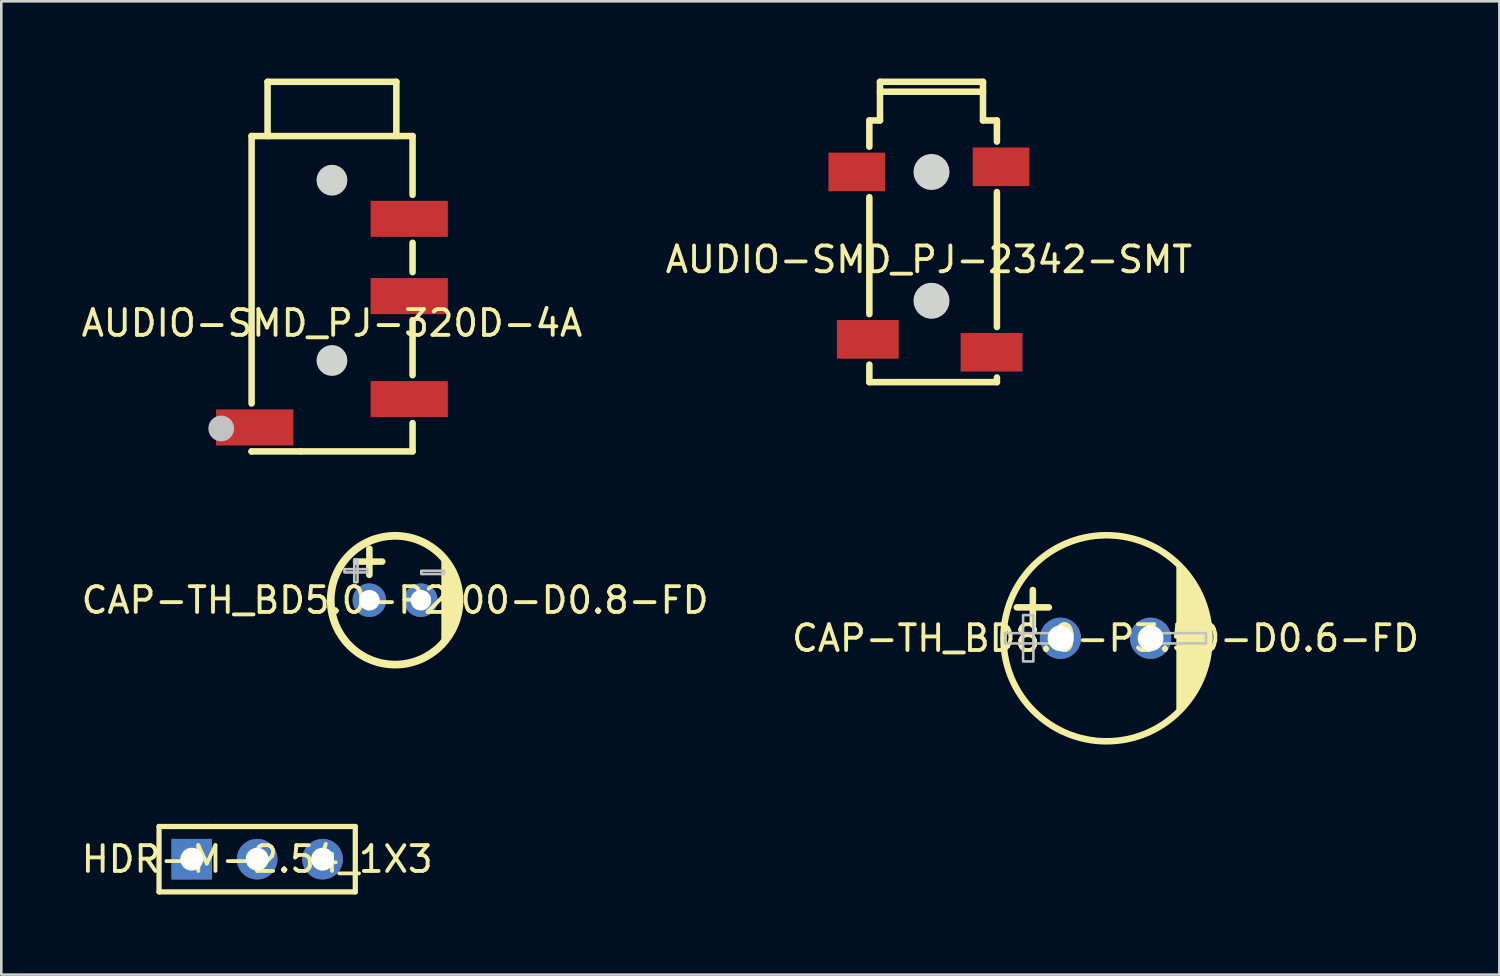
<source format=kicad_pcb>
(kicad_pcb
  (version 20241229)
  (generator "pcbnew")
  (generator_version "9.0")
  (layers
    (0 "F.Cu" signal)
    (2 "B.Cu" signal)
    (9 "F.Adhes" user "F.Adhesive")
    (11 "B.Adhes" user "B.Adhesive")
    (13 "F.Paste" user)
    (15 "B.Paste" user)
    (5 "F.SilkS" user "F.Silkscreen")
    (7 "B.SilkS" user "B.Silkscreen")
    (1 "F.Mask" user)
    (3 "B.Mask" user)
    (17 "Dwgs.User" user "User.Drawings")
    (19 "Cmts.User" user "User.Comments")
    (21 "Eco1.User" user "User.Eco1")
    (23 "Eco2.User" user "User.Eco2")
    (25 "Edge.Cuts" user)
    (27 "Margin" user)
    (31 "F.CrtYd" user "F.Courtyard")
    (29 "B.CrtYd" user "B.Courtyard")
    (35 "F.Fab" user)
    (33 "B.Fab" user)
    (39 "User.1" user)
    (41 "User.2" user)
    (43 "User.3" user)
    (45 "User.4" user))
  (footprint "AUDIO-SMD_PJ-320D-4A"
    (layer "F.Cu")
    (at 9.839 9.497)
    (property "Reference" "AUDIO-SMD_PJ-320D-4A" (at 0 0 0) (layer "F.SilkS") (effects (font (size 1 1) (thickness 0.15))))
    (fp_line (start -3.12 -7.264) (end -3.12 3.119) (stroke (width 0.254) (type default)) (layer "F.SilkS"))
    (fp_line (start -3.12 4.98) (end -1.21 4.98) (stroke (width 0.254) (type default)) (layer "F.SilkS"))
    (fp_line (start -3.12 4.981) (end -3.12 4.98) (stroke (width 0.254) (type default)) (layer "F.SilkS"))
    (fp_line (start -2.5 -9.37) (end -2.5 -7.264) (stroke (width 0.254) (type default)) (layer "F.SilkS"))
    (fp_line (start -2.5 -9.37) (end 2.5 -9.37) (stroke (width 0.254) (type default)) (layer "F.SilkS"))
    (fp_line (start 2.5 -7.264) (end 2.5 -9.37) (stroke (width 0.254) (type default)) (layer "F.SilkS"))
    (fp_line (start 3.13 -7.264) (end -3.12 -7.264) (stroke (width 0.254) (type default)) (layer "F.SilkS"))
    (fp_line (start 3.13 -7.264) (end 3.13 -4.981) (stroke (width 0.254) (type default)) (layer "F.SilkS"))
    (fp_line (start 3.13 -3.119) (end 3.13 -1.981) (stroke (width 0.254) (type default)) (layer "F.SilkS"))
    (fp_line (start 3.13 -0.119) (end 3.13 2.019) (stroke (width 0.254) (type default)) (layer "F.SilkS"))
    (fp_line (start 3.13 3.881) (end 3.13 4.98) (stroke (width 0.254) (type default)) (layer "F.SilkS"))
    (fp_line (start 3.13 4.98) (end -1.21 4.98) (stroke (width 0.254) (type default)) (layer "F.SilkS"))
    (fp_circle (center -4.3 4.09) (end -4.05 4.09) (stroke (width 0.5) (type default)) (fill no) (layer "Dwgs.User"))
    (fp_poly (pts (xy 0.6 -5.55) (xy 0.58 -5.705) (xy 0.52 -5.85) (xy 0.424 -5.974) (xy 0.3 -6.07) (xy 0.155 -6.13) (xy 0 -6.15) (xy -0.155 -6.13) (xy -0.3 -6.07) (xy -0.424 -5.974) (xy -0.52 -5.85) (xy -0.58 -5.705) (xy -0.6 -5.55) (xy -0.58 -5.395) (xy -0.52 -5.25) (xy -0.424 -5.126) (xy -0.3 -5.03) (xy -0.155 -4.97) (xy 0 -4.95) (xy 0.155 -4.97) (xy 0.3 -5.03) (xy 0.424 -5.126) (xy 0.52 -5.25) (xy 0.58 -5.395)) (stroke (width 0) (type default)) (fill yes) (layer "Edge.Cuts"))
    (fp_poly (pts (xy 0.6 1.45) (xy 0.58 1.295) (xy 0.52 1.15) (xy 0.424 1.026) (xy 0.3 0.93) (xy 0.155 0.87) (xy 0 0.85) (xy -0.155 0.87) (xy -0.3 0.93) (xy -0.424 1.026) (xy -0.52 1.15) (xy -0.58 1.295) (xy -0.6 1.45) (xy -0.58 1.605) (xy -0.52 1.75) (xy -0.424 1.874) (xy -0.3 1.97) (xy -0.155 2.03) (xy 0 2.05) (xy 0.155 2.03) (xy 0.3 1.97) (xy 0.424 1.874) (xy 0.52 1.75) (xy 0.58 1.605)) (stroke (width 0) (type default)) (fill yes) (layer "Edge.Cuts"))
    (fp_poly (pts (xy -4 3.55) (xy -1.95 3.55) (xy -1.95 4.55) (xy -4 4.55)) (stroke (width 0.1) (type default)) (fill no) (layer "User.1"))
    (fp_poly (pts (xy 4 -3.55) (xy 1.95 -3.55) (xy 1.95 -4.55) (xy 4 -4.55)) (stroke (width 0.1) (type default)) (fill no) (layer "User.1"))
    (fp_poly (pts (xy 4 -0.55) (xy 1.95 -0.55) (xy 1.95 -1.55) (xy 4 -1.55)) (stroke (width 0.1) (type default)) (fill no) (layer "User.1"))
    (fp_poly (pts (xy 4 3.45) (xy 1.95 3.45) (xy 1.95 2.45) (xy 4 2.45)) (stroke (width 0.1) (type default)) (fill no) (layer "User.1"))
    (fp_line (start -3 -7.15) (end -2.5 -7.15) (stroke (width 0.051) (type default)) (layer "User.2"))
    (fp_line (start -3 4.95) (end -3 -7.15) (stroke (width 0.051) (type default)) (layer "User.2"))
    (fp_line (start -2.5 -9.15) (end 2.5 -9.15) (stroke (width 0.051) (type default)) (layer "User.2"))
    (fp_line (start -2.5 -7.15) (end -2.5 -9.15) (stroke (width 0.051) (type default)) (layer "User.2"))
    (fp_line (start 2.5 -9.15) (end 2.5 -7.15) (stroke (width 0.051) (type default)) (layer "User.2"))
    (fp_line (start 2.5 -7.15) (end 3 -7.15) (stroke (width 0.051) (type default)) (layer "User.2"))
    (fp_line (start 3 -7.15) (end 3 4.95) (stroke (width 0.051) (type default)) (layer "User.2"))
    (fp_line (start 3 4.95) (end -3 4.95) (stroke (width 0.051) (type default)) (layer "User.2"))
    (fp_poly (pts (xy -3.94 4.95) (xy -3.958 4.908) (xy -4 4.89) (xy -4.042 4.908) (xy -4.06 4.95) (xy -4.042 4.992) (xy -4 5.01) (xy -3.958 4.992)) (stroke (width 0.1) (type default)) (fill no) (layer "User.3"))
    (pad "1" smd rect (at -3 4.05) (size 3 1.4) (layers "F.Cu" "F.Mask" "F.Paste"))
    (pad "2" smd rect (at 3 2.95) (size 3 1.4) (layers "F.Cu" "F.Mask" "F.Paste"))
    (pad "3" smd rect (at 3 -1.05) (size 3 1.4) (layers "F.Cu" "F.Mask" "F.Paste"))
    (pad "4" smd rect (at 3 -4.05) (size 3 1.4) (layers "F.Cu" "F.Mask" "F.Paste")))
  (footprint "AUDIO-SMD_PJ-2342-SMT"
    (layer "F.Cu")
    (at 33.018 7.027)
    (property "Reference" "AUDIO-SMD_PJ-2342-SMT" (at 0 0 0) (layer "F.SilkS") (effects (font (size 1 1) (thickness 0.15))))
    (fp_line (start -2.313 -5.4) (end -1.9 -5.4) (stroke (width 0.254) (type default)) (layer "F.SilkS"))
    (fp_line (start -2.313 -4.381) (end -2.313 -5.4) (stroke (width 0.254) (type default)) (layer "F.SilkS"))
    (fp_line (start -2.313 2.119) (end -2.313 -2.419) (stroke (width 0.254) (type default)) (layer "F.SilkS"))
    (fp_line (start -2.313 4.76) (end -2.313 4.081) (stroke (width 0.254) (type default)) (layer "F.SilkS"))
    (fp_line (start -2.313 4.76) (end 2.64 4.76) (stroke (width 0.254) (type default)) (layer "F.SilkS"))
    (fp_line (start -1.9 -6.9) (end 2.1 -6.9) (stroke (width 0.254) (type default)) (layer "F.SilkS"))
    (fp_line (start -1.9 -6.514) (end 2.1 -6.514) (stroke (width 0.254) (type default)) (layer "F.SilkS"))
    (fp_line (start -1.9 -5.4) (end -1.9 -6.9) (stroke (width 0.254) (type default)) (layer "F.SilkS"))
    (fp_line (start 2.1 -5.4) (end 2.1 -6.9) (stroke (width 0.254) (type default)) (layer "F.SilkS"))
    (fp_line (start 2.64 -5.4) (end 2.1 -5.4) (stroke (width 0.254) (type default)) (layer "F.SilkS"))
    (fp_line (start 2.64 -4.581) (end 2.64 -5.4) (stroke (width 0.254) (type default)) (layer "F.SilkS"))
    (fp_line (start 2.64 2.619) (end 2.64 -2.619) (stroke (width 0.254) (type default)) (layer "F.SilkS"))
    (fp_line (start 2.64 4.76) (end 2.64 4.581) (stroke (width 0.254) (type default)) (layer "F.SilkS"))
    (fp_poly (pts (xy 0.8 -3.4) (xy 0.78 -3.568) (xy 0.72 -3.725) (xy 0.624 -3.864) (xy 0.498 -3.976) (xy 0.348 -4.055) (xy 0.184 -4.095) (xy 0.016 -4.095) (xy -0.148 -4.055) (xy -0.298 -3.976) (xy -0.424 -3.864) (xy -0.52 -3.725) (xy -0.58 -3.568) (xy -0.6 -3.4) (xy -0.58 -3.232) (xy -0.52 -3.075) (xy -0.424 -2.936) (xy -0.298 -2.824) (xy -0.148 -2.745) (xy 0.016 -2.705) (xy 0.184 -2.705) (xy 0.348 -2.745) (xy 0.498 -2.824) (xy 0.624 -2.936) (xy 0.72 -3.075) (xy 0.78 -3.232)) (stroke (width 0) (type default)) (fill yes) (layer "Edge.Cuts"))
    (fp_poly (pts (xy 0.8 1.6) (xy 0.78 1.432) (xy 0.72 1.275) (xy 0.624 1.136) (xy 0.498 1.024) (xy 0.348 0.945) (xy 0.184 0.905) (xy 0.016 0.905) (xy -0.148 0.945) (xy -0.298 1.024) (xy -0.424 1.136) (xy -0.52 1.275) (xy -0.58 1.432) (xy -0.6 1.6) (xy -0.58 1.768) (xy -0.52 1.925) (xy -0.424 2.064) (xy -0.298 2.176) (xy -0.148 2.255) (xy 0.016 2.295) (xy 0.184 2.295) (xy 0.348 2.255) (xy 0.498 2.176) (xy 0.624 2.064) (xy 0.72 1.925) (xy 0.78 1.768)) (stroke (width 0) (type default)) (fill yes) (layer "Edge.Cuts"))
    (fp_poly (pts (xy -1.954 -2.9) (xy -3.154 -2.9) (xy -3.154 -3.9) (xy -1.954 -3.9)) (stroke (width 0.1) (type default)) (fill no) (layer "User.1"))
    (fp_poly (pts (xy -1.653 3.6) (xy -3.153 3.6) (xy -3.153 2.6) (xy -1.653 2.6)) (stroke (width 0.1) (type default)) (fill no) (layer "User.1"))
    (fp_poly (pts (xy 3.15 4.1) (xy 1.65 4.1) (xy 1.65 3.1) (xy 3.15 3.1)) (stroke (width 0.1) (type default)) (fill no) (layer "User.1"))
    (fp_poly (pts (xy 3.154 -3.1) (xy 1.954 -3.1) (xy 1.954 -4.1) (xy 3.154 -4.1)) (stroke (width 0.1) (type default)) (fill no) (layer "User.1"))
    (fp_poly (pts (xy 0.7 -3.4) (xy 0.68 -3.555) (xy 0.62 -3.7) (xy 0.524 -3.824) (xy 0.4 -3.92) (xy 0.255 -3.98) (xy 0.1 -4) (xy -0.055 -3.98) (xy -0.2 -3.92) (xy -0.324 -3.824) (xy -0.42 -3.7) (xy -0.48 -3.555) (xy -0.5 -3.4) (xy -0.48 -3.245) (xy -0.42 -3.1) (xy -0.324 -2.976) (xy -0.2 -2.88) (xy -0.055 -2.82) (xy 0.1 -2.8) (xy 0.255 -2.82) (xy 0.4 -2.88) (xy 0.524 -2.976) (xy 0.62 -3.1) (xy 0.68 -3.245)) (stroke (width 0.1) (type default)) (fill no) (layer "User.1"))
    (fp_poly (pts (xy 0.7 1.6) (xy 0.68 1.445) (xy 0.62 1.3) (xy 0.524 1.176) (xy 0.4 1.08) (xy 0.255 1.02) (xy 0.1 1) (xy -0.055 1.02) (xy -0.2 1.08) (xy -0.324 1.176) (xy -0.42 1.3) (xy -0.48 1.445) (xy -0.5 1.6) (xy -0.48 1.755) (xy -0.42 1.9) (xy -0.324 2.024) (xy -0.2 2.12) (xy -0.055 2.18) (xy 0.1 2.2) (xy 0.255 2.18) (xy 0.4 2.12) (xy 0.524 2.024) (xy 0.62 1.9) (xy 0.68 1.755)) (stroke (width 0.1) (type default)) (fill no) (layer "User.1"))
    (fp_line (start -2.503 -5.391) (end -1.995 -5.406) (stroke (width 0.051) (type default)) (layer "User.2"))
    (fp_line (start -2.488 4.612) (end -2.503 -5.391) (stroke (width 0.051) (type default)) (layer "User.2"))
    (fp_line (start -2 -6.699) (end -1.99 -6.751) (stroke (width 0.051) (type default)) (layer "User.2"))
    (fp_line (start -1.995 -5.406) (end -2 -6.699) (stroke (width 0.051) (type default)) (layer "User.2"))
    (fp_line (start -1.99 -6.751) (end -1.97 -6.801) (stroke (width 0.051) (type default)) (layer "User.2"))
    (fp_line (start -1.97 -6.801) (end -1.94 -6.84) (stroke (width 0.051) (type default)) (layer "User.2"))
    (fp_line (start -1.94 -6.84) (end -1.899 -6.871) (stroke (width 0.051) (type default)) (layer "User.2"))
    (fp_line (start -1.899 -6.871) (end -1.851 -6.889) (stroke (width 0.051) (type default)) (layer "User.2"))
    (fp_line (start -1.851 -6.889) (end -1.814 -6.899) (stroke (width 0.051) (type default)) (layer "User.2"))
    (fp_line (start -1.814 -6.899) (end -1.813 -6.899) (stroke (width 0.051) (type default)) (layer "User.2"))
    (fp_line (start -1.813 -6.899) (end 1.801 -6.901) (stroke (width 0.051) (type default)) (layer "User.2"))
    (fp_line (start 1.801 -6.901) (end 1.85 -6.889) (stroke (width 0.051) (type default)) (layer "User.2"))
    (fp_line (start 1.85 -6.889) (end 1.881 -6.879) (stroke (width 0.051) (type default)) (layer "User.2"))
    (fp_line (start 1.881 -6.879) (end 1.901 -6.87) (stroke (width 0.051) (type default)) (layer "User.2"))
    (fp_line (start 1.901 -6.87) (end 1.94 -6.84) (stroke (width 0.051) (type default)) (layer "User.2"))
    (fp_line (start 1.94 -6.84) (end 1.971 -6.798) (stroke (width 0.051) (type default)) (layer "User.2"))
    (fp_line (start 1.971 -6.798) (end 1.99 -6.747) (stroke (width 0.051) (type default)) (layer "User.2"))
    (fp_line (start 1.99 -6.747) (end 2 -6.699) (stroke (width 0.051) (type default)) (layer "User.2"))
    (fp_line (start 1.999 -5.401) (end 2.505 -5.401) (stroke (width 0.051) (type default)) (layer "User.2"))
    (fp_line (start 2 -6.699) (end 1.999 -5.401) (stroke (width 0.051) (type default)) (layer "User.2"))
    (fp_line (start 2.495 4.594) (end -2.488 4.612) (stroke (width 0.051) (type default)) (layer "User.2"))
    (fp_line (start 2.505 -5.401) (end 2.495 4.594) (stroke (width 0.051) (type default)) (layer "User.2"))
    (fp_poly (pts (xy -3.094 -6.901) (xy -3.111 -6.943) (xy -3.154 -6.96) (xy -3.196 -6.943) (xy -3.213 -6.901) (xy -3.196 -6.858) (xy -3.154 -6.84) (xy -3.111 -6.858)) (stroke (width 0.1) (type default)) (fill no) (layer "User.3"))
    (pad "2" smd rect (at -2.8 -3.4 180) (size 2.2 1.5) (layers "F.Cu" "F.Mask" "F.Paste"))
    (pad "3" smd rect (at 2.8 -3.6 180) (size 2.2 1.5) (layers "F.Cu" "F.Mask" "F.Paste"))
    (pad "4" smd rect (at 2.432 3.6 180) (size 2.4 1.5) (layers "F.Cu" "F.Mask" "F.Paste"))
    (pad "5" smd rect (at -2.372 3.1 180) (size 2.4 1.5) (layers "F.Cu" "F.Mask" "F.Paste")))
  (footprint "HDR-M-2.54_1X3"
    (layer "F.Cu")
    (at 6.935 30.311)
    (property "Reference" "HDR-M-2.54_1X3" (at 0 0 0) (layer "F.SilkS") (effects (font (size 1 1) (thickness 0.15))))
    (fp_line (start -3.81 -1.27) (end -3.81 1.27) (stroke (width 0.203) (type default)) (layer "F.SilkS"))
    (fp_line (start -3.81 1.27) (end 3.81 1.27) (stroke (width 0.203) (type default)) (layer "F.SilkS"))
    (fp_line (start -1.905 -1.27) (end -3.81 -1.27) (stroke (width 0.203) (type default)) (layer "F.SilkS"))
    (fp_line (start 3.81 -1.27) (end -1.905 -1.27) (stroke (width 0.203) (type default)) (layer "F.SilkS"))
    (fp_line (start 3.81 1.27) (end 3.81 -1.27) (stroke (width 0.203) (type default)) (layer "F.SilkS"))
    (fp_poly (pts (xy -2.196 0) (xy -2.216 -0.118) (xy -2.276 -0.221) (xy -2.368 -0.298) (xy -2.48 -0.339) (xy -2.6 -0.339) (xy -2.712 -0.298) (xy -2.804 -0.221) (xy -2.864 -0.118) (xy -2.885 0) (xy -2.864 0.118) (xy -2.804 0.221) (xy -2.712 0.298) (xy -2.6 0.339) (xy -2.48 0.339) (xy -2.368 0.298) (xy -2.276 0.221) (xy -2.216 0.118)) (stroke (width 0.1) (type default)) (fill no) (layer "User.1"))
    (fp_poly (pts (xy 0.344 0) (xy 0.324 -0.118) (xy 0.264 -0.221) (xy 0.172 -0.298) (xy 0.06 -0.339) (xy -0.06 -0.339) (xy -0.172 -0.298) (xy -0.264 -0.221) (xy -0.324 -0.118) (xy -0.344 0) (xy -0.324 0.118) (xy -0.264 0.221) (xy -0.172 0.298) (xy -0.06 0.339) (xy 0.06 0.339) (xy 0.172 0.298) (xy 0.264 0.221) (xy 0.324 0.118)) (stroke (width 0.1) (type default)) (fill no) (layer "User.1"))
    (fp_poly (pts (xy 2.885 0) (xy 2.864 -0.118) (xy 2.804 -0.221) (xy 2.712 -0.298) (xy 2.6 -0.339) (xy 2.48 -0.339) (xy 2.368 -0.298) (xy 2.276 -0.221) (xy 2.216 -0.118) (xy 2.196 0) (xy 2.216 0.118) (xy 2.276 0.221) (xy 2.368 0.298) (xy 2.48 0.339) (xy 2.6 0.339) (xy 2.712 0.298) (xy 2.804 0.221) (xy 2.864 0.118)) (stroke (width 0.1) (type default)) (fill no) (layer "User.1"))
    (fp_line (start -3.912 -1.371) (end 3.912 -1.371) (stroke (width 0.051) (type default)) (layer "User.2"))
    (fp_line (start -3.912 1.371) (end -3.912 -1.371) (stroke (width 0.051) (type default)) (layer "User.2"))
    (fp_line (start 3.912 -1.371) (end 3.912 1.371) (stroke (width 0.051) (type default)) (layer "User.2"))
    (fp_line (start 3.912 1.371) (end -3.912 1.371) (stroke (width 0.051) (type default)) (layer "User.2"))
    (fp_poly (pts (xy -3.852 1.371) (xy -3.869 1.329) (xy -3.912 1.312) (xy -3.954 1.329) (xy -3.971 1.371) (xy -3.954 1.414) (xy -3.912 1.431) (xy -3.869 1.414)) (stroke (width 0.1) (type default)) (fill no) (layer "User.3"))
    (pad "1" thru_hole rect (at -2.54 0) (size 1.575 1.575) (drill 0.889) (layers "*.Cu" "*.Mask"))
    (pad "2" thru_hole circle (at 0 0) (size 1.575 1.575) (drill 0.889) (layers "*.Cu" "*.Mask"))
    (pad "3" thru_hole circle (at 2.54 0) (size 1.575 1.575) (drill 0.889) (layers "*.Cu" "*.Mask")))
  (footprint "CAP-TH_BD5.0-P2.00-D0.8-FD"
    (layer "F.Cu")
    (at 12.292 20.255)
    (property "Reference" "CAP-TH_BD5.0-P2.00-D0.8-FD" (at 0 0 0) (layer "F.SilkS") (effects (font (size 1 1) (thickness 0.15))))
    (fp_line (start -1.516 -1.5) (end -0.5 -1.5) (stroke (width 0.254) (type default)) (layer "F.SilkS"))
    (fp_line (start -1 -2) (end -1 -0.984) (stroke (width 0.254) (type default)) (layer "F.SilkS"))
    (fp_circle (center 0 0) (end 2.5 0) (stroke (width 0.3) (type default)) (fill no) (layer "F.SilkS"))
    (fp_poly (pts (arc (start 1.794 -1.651) (mid 2.499986 0) (end 1.794 1.651))) (stroke (width 0) (type default)) (fill yes) (layer "F.SilkS"))
    (fp_poly (pts (xy -1.968 -1.206) (xy -1.079 -1.206) (xy -1.079 -1.079) (xy -1.968 -1.079)) (stroke (width 0.1) (type default)) (fill no) (layer "Dwgs.User"))
    (fp_poly (pts (xy -1.587 -0.699) (xy -1.587 -1.587) (xy -1.46 -1.587) (xy -1.46 -0.699)) (stroke (width 0.1) (type default)) (fill no) (layer "Dwgs.User"))
    (fp_poly (pts (xy 1.016 -1.143) (xy 1.905 -1.143) (xy 1.905 -1.016) (xy 1.016 -1.016)) (stroke (width 0.1) (type default)) (fill no) (layer "Dwgs.User"))
    (fp_poly (pts (xy -0.7 0) (xy -0.718 -0.103) (xy -0.77 -0.193) (xy -0.85 -0.26) (xy -0.948 -0.295) (xy -1.052 -0.295) (xy -1.15 -0.26) (xy -1.23 -0.193) (xy -1.282 -0.103) (xy -1.3 0) (xy -1.282 0.103) (xy -1.23 0.193) (xy -1.15 0.26) (xy -1.052 0.295) (xy -0.948 0.295) (xy -0.85 0.26) (xy -0.77 0.193) (xy -0.718 0.103)) (stroke (width 0.1) (type default)) (fill no) (layer "User.1"))
    (fp_poly (pts (xy 1.3 0) (xy 1.282 -0.103) (xy 1.23 -0.193) (xy 1.15 -0.26) (xy 1.052 -0.295) (xy 0.948 -0.295) (xy 0.85 -0.26) (xy 0.77 -0.193) (xy 0.718 -0.103) (xy 0.7 0) (xy 0.718 0.103) (xy 0.77 0.193) (xy 0.85 0.26) (xy 0.948 0.295) (xy 1.052 0.295) (xy 1.15 0.26) (xy 1.23 0.193) (xy 1.282 0.103)) (stroke (width 0.1) (type default)) (fill no) (layer "User.1"))
    (fp_arc (start -2.5 0) (mid -1.767767 -1.767767) (end 0 -2.5) (stroke (width 0.051) (type default)) (layer "User.2"))
    (fp_arc (start 0 -2.5) (mid 1.767767 -1.767767) (end 2.5 0) (stroke (width 0.051) (type default)) (layer "User.2"))
    (fp_arc (start 0 2.5) (mid -1.767767 1.767767) (end -2.5 0) (stroke (width 0.051) (type default)) (layer "User.2"))
    (fp_arc (start 2.5 0) (mid 1.767767 1.767767) (end 0 2.5) (stroke (width 0.051) (type default)) (layer "User.2"))
    (fp_poly (pts (xy -2.44 2.5) (xy -2.458 2.458) (xy -2.5 2.44) (xy -2.542 2.458) (xy -2.56 2.5) (xy -2.542 2.542) (xy -2.5 2.56) (xy -2.458 2.542)) (stroke (width 0.1) (type default)) (fill no) (layer "User.3"))
    (pad "1" thru_hole circle (at -1 0) (size 1.3 1.3) (drill 0.8) (layers "*.Cu" "*.Mask"))
    (pad "2" thru_hole circle (at 1 0) (size 1.3 1.3) (drill 0.8) (layers "*.Cu" "*.Mask")))
  (footprint "CAP-TH_BD8.0-P3.50-D0.6-FD"
    (layer "F.Cu")
    (at 39.875 21.733)
    (property "Reference" "CAP-TH_BD8.0-P3.50-D0.6-FD" (at 0 0 0) (layer "F.SilkS") (effects (font (size 1 1) (thickness 0.15))))
    (fp_line (start -2.822 -0.527) (end -2.822 -1.873) (stroke (width 0.254) (type default)) (layer "F.SilkS"))
    (fp_line (start -2.2 -1.2) (end -3.445 -1.2) (stroke (width 0.254) (type default)) (layer "F.SilkS"))
    (fp_arc (start 0.0735 -4.0005) (mid 0.038 3.999658) (end 0.0025 -4.0005) (stroke (width 0.254) (type default)) (layer "F.SilkS"))
    (fp_poly (pts (arc (start 2.75 3) (mid 3.95 0) (end 2.75 -3))) (stroke (width 0) (type default)) (fill yes) (layer "F.SilkS"))
    (fp_poly (pts (xy -3.2 -0.5) (xy -3.2 0.9) (xy -2.8 0.9) (xy -2.8 -0.7) (xy -2.8 -0.9) (xy -3.2 -0.9)) (stroke (width 0.1) (type default)) (fill no) (layer "Dwgs.User"))
    (fp_poly (pts (xy -2.5 -0.2) (xy -3.9 -0.2) (xy -3.9 0.2) (xy -2.3 0.2) (xy -2.1 0.2) (xy -2.1 -0.2)) (stroke (width 0.1) (type default)) (fill no) (layer "Dwgs.User"))
    (fp_poly (pts (xy 3.5 -0.2) (xy 2.1 -0.2) (xy 2.1 0.2) (xy 3.7 0.2) (xy 3.9 0.2) (xy 3.9 -0.2)) (stroke (width 0.1) (type default)) (fill no) (layer "Dwgs.User"))
    (fp_poly (pts (xy -1.45 0) (xy -1.468 -0.103) (xy -1.52 -0.193) (xy -1.6 -0.26) (xy -1.698 -0.295) (xy -1.802 -0.295) (xy -1.9 -0.26) (xy -1.98 -0.193) (xy -2.032 -0.103) (xy -2.05 0) (xy -2.032 0.103) (xy -1.98 0.193) (xy -1.9 0.26) (xy -1.802 0.295) (xy -1.698 0.295) (xy -1.6 0.26) (xy -1.52 0.193) (xy -1.468 0.103)) (stroke (width 0.1) (type default)) (fill no) (layer "User.1"))
    (fp_poly (pts (xy 2.05 0) (xy 2.032 -0.103) (xy 1.98 -0.193) (xy 1.9 -0.26) (xy 1.802 -0.295) (xy 1.698 -0.295) (xy 1.6 -0.26) (xy 1.52 -0.193) (xy 1.468 -0.103) (xy 1.45 0) (xy 1.468 0.103) (xy 1.52 0.193) (xy 1.6 0.26) (xy 1.698 0.295) (xy 1.802 0.295) (xy 1.9 0.26) (xy 1.98 0.193) (xy 2.032 0.103)) (stroke (width 0.1) (type default)) (fill no) (layer "User.1"))
    (fp_line (start -0.003 4.072) (end 0 4.072) (stroke (width 0.051) (type default)) (layer "User.2"))
    (fp_arc (start -0.0025 4.0715) (mid -0.00175 -3.9285) (end 0 4.0715) (stroke (width 0.051) (type default)) (layer "User.2"))
    (fp_poly (pts (xy -3.942 4.072) (xy -3.959 4.029) (xy -4.002 4.011) (xy -4.044 4.029) (xy -4.061 4.072) (xy -4.044 4.114) (xy -4.002 4.131) (xy -3.959 4.114)) (stroke (width 0.1) (type default)) (fill no) (layer "User.3"))
    (pad "1" thru_hole circle (at -1.75 0 90) (size 1.6 1.6) (drill 1) (layers "*.Cu" "*.Mask"))
    (pad "2" thru_hole circle (at 1.75 0 90) (size 1.6 1.6) (drill 1) (layers "*.Cu" "*.Mask")))
  (gr_rect
    (start -3 -3)
    (end 55.167 34.792)
    (stroke (width 0.1) (type default))
    (fill no)
    (layer "Edge.Cuts")))
</source>
